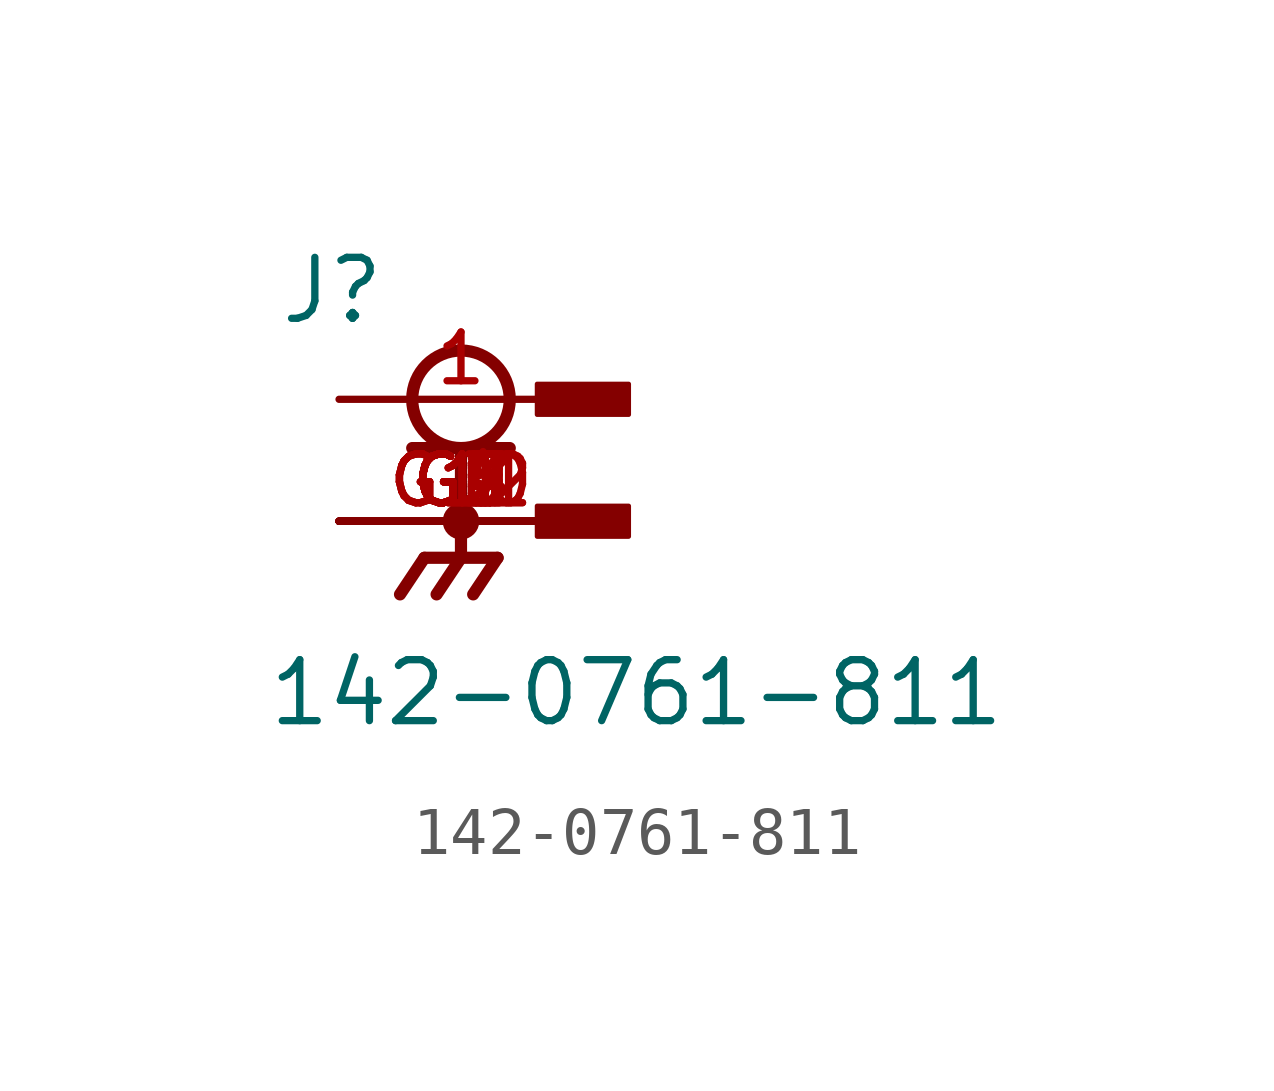
<source format=kicad_sym>
(kicad_symbol_lib
  (version 20241209)
  (generator "kicad_symbol_editor")
  (generator_version "9.0")
  (symbol "142-0761-811"
    (pin_names
      (offset 1.016))
    (property "Reference" "J"
      (at -3.81 1.524 0)
      (effects (font (size 1.27 1.27)) (justify left bottom)))
    (property "Value" "142-0761-811"
      (at -4.064 -6.858 0)
      (effects (font (size 1.27 1.27)) (justify left bottom)))
    (symbol "142-0761-811_0_0"
      (polyline (pts (xy -1.016 -1.016) (xy 0 -1.016)) (stroke (width 0.254) (type default)) (fill (type none)))
      (polyline (pts (xy -0.762 -3.302) (xy -1.27 -4.064)) (stroke (width 0.254) (type default)) (fill (type none)))
      (circle (center 0 0) (radius 1.016) (stroke (width 0.254) (type default)) (fill (type none)))
      (polyline (pts (xy 0 -1.016) (xy 0 -3.302)) (stroke (width 0.254) (type default)) (fill (type none)))
      (polyline (pts (xy 0 -1.016) (xy 1.016 -1.016)) (stroke (width 0.254) (type default)) (fill (type none)))
      (circle (center 0 -2.54) (radius 0.254) (stroke (width 0.254) (type default)) (fill (type none)))
      (polyline (pts (xy 0 -3.302) (xy 0.762 -3.302)) (stroke (width 0.254) (type default)) (fill (type none)))
      (polyline (pts (xy 0 -3.302) (xy -0.508 -4.064)) (stroke (width 0.254) (type default)) (fill (type none)))
      (polyline (pts (xy 0 -3.302) (xy -0.762 -3.302)) (stroke (width 0.254) (type default)) (fill (type none)))
      (polyline (pts (xy 0.762 -3.302) (xy 0.254 -4.064)) (stroke (width 0.254) (type default)) (fill (type none)))
      (rectangle (start 1.587 -0.318) (end 3.493 0.318) (stroke (width 0.1) (type default)) (fill (type outline)))
      (rectangle (start 1.587 -2.857) (end 3.493 -2.223) (stroke (width 0.1) (type default)) (fill (type outline)))
      (pin passive line (at -2.54 0 0) (length 5.08) (name "~" (effects (font (size 1.016 1.016)))) (number "1" (effects (font (size 1.016 1.016)))))
      (pin power_in line (at -2.54 -2.54 0) (length 5.08) (name "~" (effects (font (size 1.016 1.016)))) (number "G1" (effects (font (size 1.016 1.016)))))
      (pin power_in line (at -2.54 -2.54 0) (length 5.08) (name "~" (effects (font (size 1.016 1.016)))) (number "G10" (effects (font (size 1.016 1.016)))))
      (pin power_in line (at -2.54 -2.54 0) (length 5.08) (name "~" (effects (font (size 1.016 1.016)))) (number "G11" (effects (font (size 1.016 1.016)))))
      (pin power_in line (at -2.54 -2.54 0) (length 5.08) (name "~" (effects (font (size 1.016 1.016)))) (number "G12" (effects (font (size 1.016 1.016)))))
      (pin power_in line (at -2.54 -2.54 0) (length 5.08) (name "~" (effects (font (size 1.016 1.016)))) (number "G2" (effects (font (size 1.016 1.016)))))
      (pin power_in line (at -2.54 -2.54 0) (length 5.08) (name "~" (effects (font (size 1.016 1.016)))) (number "G3" (effects (font (size 1.016 1.016)))))
      (pin power_in line (at -2.54 -2.54 0) (length 5.08) (name "~" (effects (font (size 1.016 1.016)))) (number "G4" (effects (font (size 1.016 1.016)))))
      (pin power_in line (at -2.54 -2.54 0) (length 5.08) (name "~" (effects (font (size 1.016 1.016)))) (number "G5" (effects (font (size 1.016 1.016)))))
      (pin power_in line (at -2.54 -2.54 0) (length 5.08) (name "~" (effects (font (size 1.016 1.016)))) (number "G6" (effects (font (size 1.016 1.016)))))
      (pin power_in line (at -2.54 -2.54 0) (length 5.08) (name "~" (effects (font (size 1.016 1.016)))) (number "G7" (effects (font (size 1.016 1.016)))))
      (pin power_in line (at -2.54 -2.54 0) (length 5.08) (name "~" (effects (font (size 1.016 1.016)))) (number "G8" (effects (font (size 1.016 1.016)))))
      (pin power_in line (at -2.54 -2.54 0) (length 5.08) (name "~" (effects (font (size 1.016 1.016)))) (number "G9" (effects (font (size 1.016 1.016))))))))
</source>
